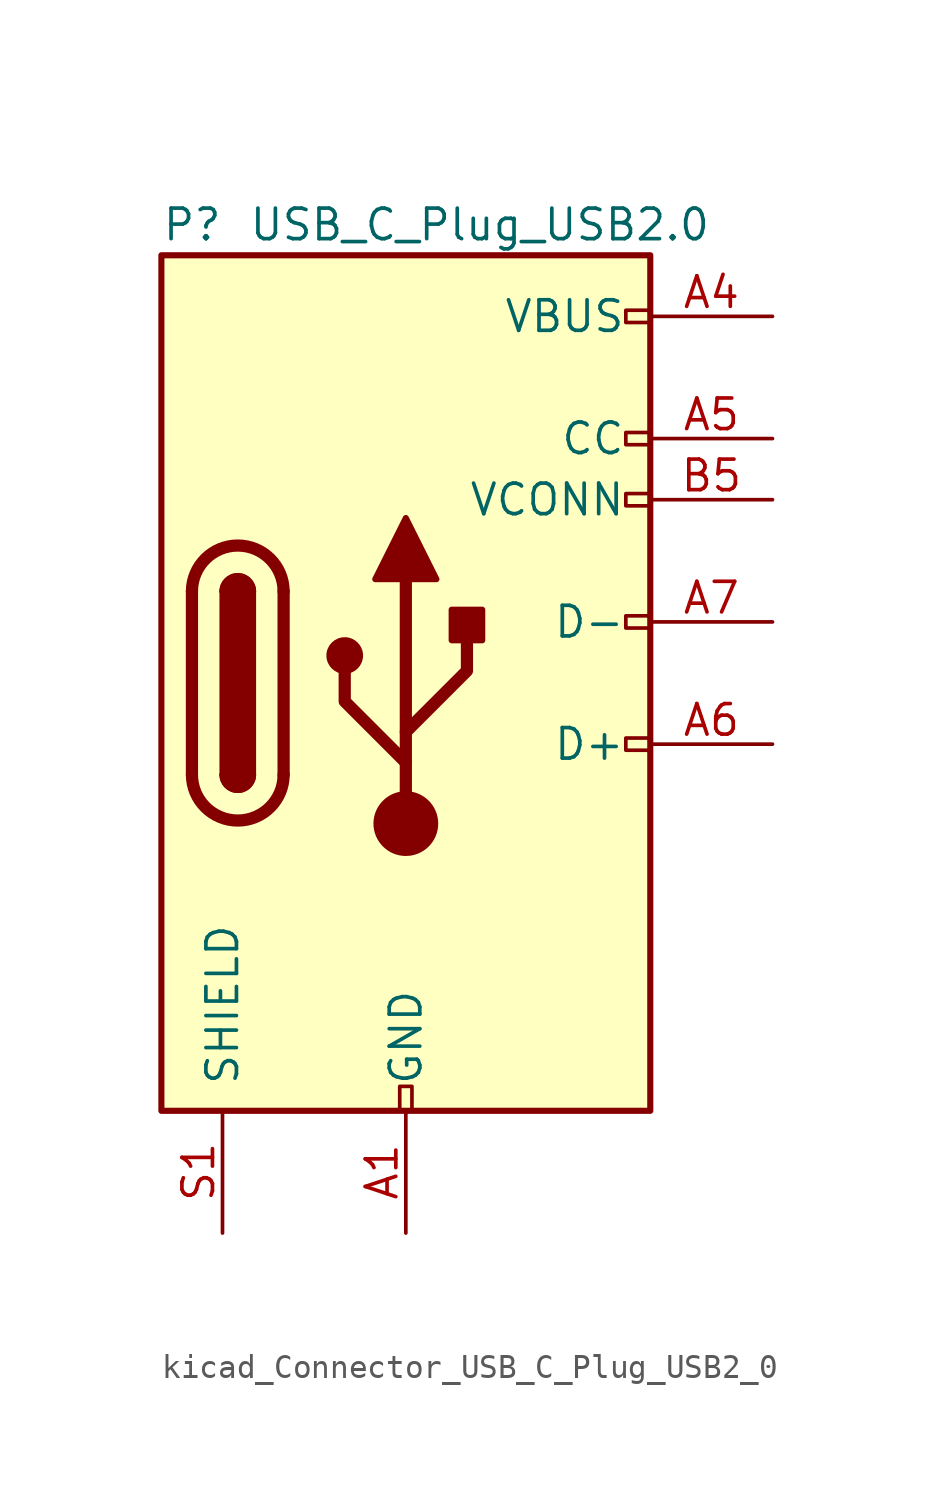
<source format=kicad_sym>
(kicad_symbol_lib
  (version 20220914)
  (generator kicad_symbol_editor)
  (symbol "kicad_Connector_USB_C_Plug_USB2_0"
    (pin_names
      (offset 1.016))
    (property "Reference" "P"
      (at -10.16 19.05 0)
      (effects (font (size 1.27 1.27)) (justify left)))
    (property "Value" "USB_C_Plug_USB2.0"
      (at 12.7 19.05 0)
      (effects (font (size 1.27 1.27)) (justify right)))
    (symbol "kicad_Connector_USB_C_Plug_USB2_0_0_0"
      (rectangle (start -0.254 -17.78) (end 0.254 -16.764) (stroke (width 0) (type default)) (fill (type none)))
      (rectangle (start 10.16 -2.286) (end 9.144 -2.794) (stroke (width 0) (type default)) (fill (type none)))
      (rectangle (start 10.16 2.794) (end 9.144 2.286) (stroke (width 0) (type default)) (fill (type none)))
      (rectangle (start 10.16 7.874) (end 9.144 7.366) (stroke (width 0) (type default)) (fill (type none)))
      (rectangle (start 10.16 10.414) (end 9.144 9.906) (stroke (width 0) (type default)) (fill (type none)))
      (rectangle (start 10.16 15.494) (end 9.144 14.986) (stroke (width 0) (type default)) (fill (type none))))
    (symbol "kicad_Connector_USB_C_Plug_USB2_0_0_1"
      (rectangle (start -10.16 17.78) (end 10.16 -17.78) (stroke (width 0.254) (type default)) (fill (type background)))
      (arc (start -8.89 -3.81) (mid -6.985 -5.7067) (end -5.08 -3.81) (stroke (width 0.508) (type default)) (fill (type none)))
      (arc (start -7.62 -3.81) (mid -6.985 -4.4423) (end -6.35 -3.81) (stroke (width 0.254) (type default)) (fill (type none)))
      (arc (start -7.62 -3.81) (mid -6.985 -4.4423) (end -6.35 -3.81) (stroke (width 0.254) (type default)) (fill (type outline)))
      (rectangle (start -7.62 -3.81) (end -6.35 3.81) (stroke (width 0.254) (type default)) (fill (type outline)))
      (arc (start -6.35 3.81) (mid -6.985 4.4423) (end -7.62 3.81) (stroke (width 0.254) (type default)) (fill (type none)))
      (arc (start -6.35 3.81) (mid -6.985 4.4423) (end -7.62 3.81) (stroke (width 0.254) (type default)) (fill (type outline)))
      (arc (start -5.08 3.81) (mid -6.985 5.7067) (end -8.89 3.81) (stroke (width 0.508) (type default)) (fill (type none)))
      (circle (center -2.54 1.143) (radius 0.635) (stroke (width 0.254) (type default)) (fill (type outline)))
      (circle (center 0 -5.842) (radius 1.27) (stroke (width 0) (type default)) (fill (type outline)))
      (polyline (pts (xy -8.89 -3.81) (xy -8.89 3.81)) (stroke (width 0.508) (type default)) (fill (type none)))
      (polyline (pts (xy -5.08 3.81) (xy -5.08 -3.81)) (stroke (width 0.508) (type default)) (fill (type none)))
      (polyline (pts (xy 0 -5.842) (xy 0 4.318)) (stroke (width 0.508) (type default)) (fill (type none)))
      (polyline (pts (xy 0 -3.302) (xy -2.54 -0.762) (xy -2.54 0.508)) (stroke (width 0.508) (type default)) (fill (type none)))
      (polyline (pts (xy 0 -2.032) (xy 2.54 0.508) (xy 2.54 1.778)) (stroke (width 0.508) (type default)) (fill (type none)))
      (polyline (pts (xy -1.27 4.318) (xy 0 6.858) (xy 1.27 4.318) (xy -1.27 4.318)) (stroke (width 0.254) (type default)) (fill (type outline)))
      (rectangle (start 1.905 1.778) (end 3.175 3.048) (stroke (width 0.254) (type default)) (fill (type outline))))
    (symbol "kicad_Connector_USB_C_Plug_USB2_0_1_1"
      (pin passive line (at 0 -22.86 90) (length 5.08) (name "GND" (effects (font (size 1.27 1.27)))) (number "A1" (effects (font (size 1.27 1.27)))))
      (pin passive line (at 0 -22.86 90) (length 5.08) hide (name "GND" (effects (font (size 1.27 1.27)))) (number "A12" (effects (font (size 1.27 1.27)))))
      (pin passive line (at 15.24 15.24 180) (length 5.08) (name "VBUS" (effects (font (size 1.27 1.27)))) (number "A4" (effects (font (size 1.27 1.27)))))
      (pin bidirectional line (at 15.24 10.16 180) (length 5.08) (name "CC" (effects (font (size 1.27 1.27)))) (number "A5" (effects (font (size 1.27 1.27)))))
      (pin bidirectional line (at 15.24 -2.54 180) (length 5.08) (name "D+" (effects (font (size 1.27 1.27)))) (number "A6" (effects (font (size 1.27 1.27)))))
      (pin bidirectional line (at 15.24 2.54 180) (length 5.08) (name "D-" (effects (font (size 1.27 1.27)))) (number "A7" (effects (font (size 1.27 1.27)))))
      (pin passive line (at 15.24 15.24 180) (length 5.08) hide (name "VBUS" (effects (font (size 1.27 1.27)))) (number "A9" (effects (font (size 1.27 1.27)))))
      (pin passive line (at 0 -22.86 90) (length 5.08) hide (name "GND" (effects (font (size 1.27 1.27)))) (number "B1" (effects (font (size 1.27 1.27)))))
      (pin passive line (at 0 -22.86 90) (length 5.08) hide (name "GND" (effects (font (size 1.27 1.27)))) (number "B12" (effects (font (size 1.27 1.27)))))
      (pin passive line (at 15.24 15.24 180) (length 5.08) hide (name "VBUS" (effects (font (size 1.27 1.27)))) (number "B4" (effects (font (size 1.27 1.27)))))
      (pin bidirectional line (at 15.24 7.62 180) (length 5.08) (name "VCONN" (effects (font (size 1.27 1.27)))) (number "B5" (effects (font (size 1.27 1.27)))))
      (pin passive line (at 15.24 15.24 180) (length 5.08) hide (name "VBUS" (effects (font (size 1.27 1.27)))) (number "B9" (effects (font (size 1.27 1.27)))))
      (pin passive line (at -7.62 -22.86 90) (length 5.08) (name "SHIELD" (effects (font (size 1.27 1.27)))) (number "S1" (effects (font (size 1.27 1.27))))))))
</source>
